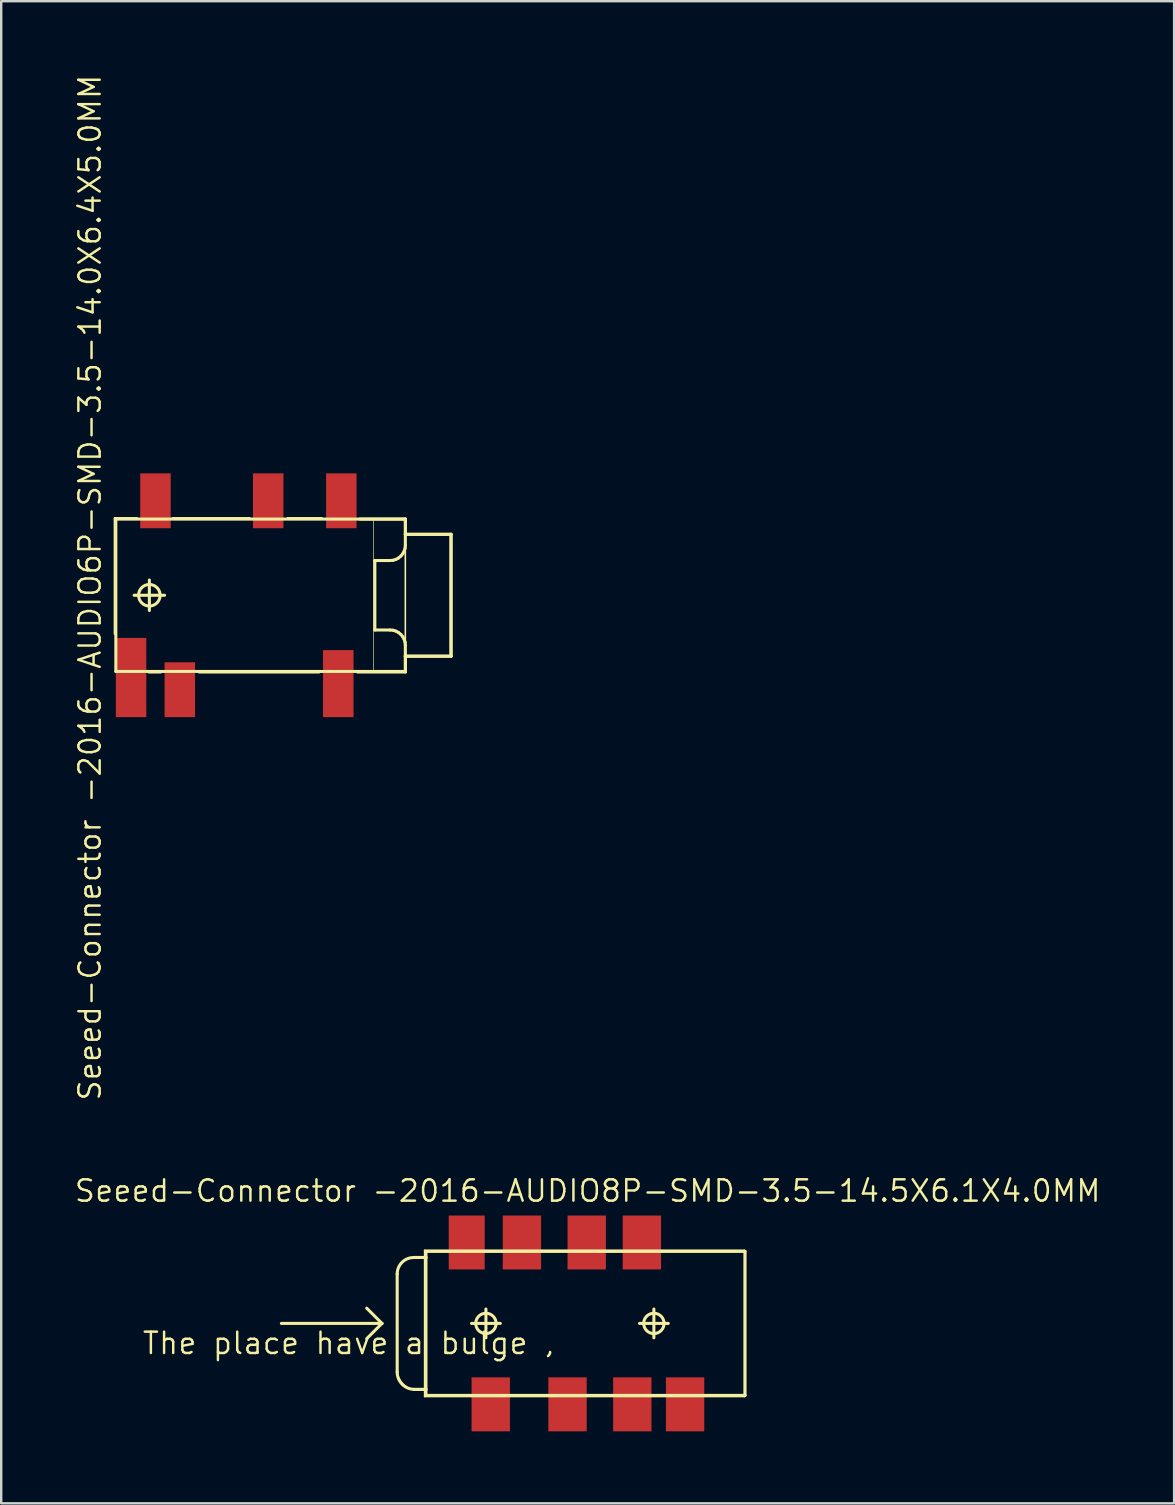
<source format=kicad_pcb>
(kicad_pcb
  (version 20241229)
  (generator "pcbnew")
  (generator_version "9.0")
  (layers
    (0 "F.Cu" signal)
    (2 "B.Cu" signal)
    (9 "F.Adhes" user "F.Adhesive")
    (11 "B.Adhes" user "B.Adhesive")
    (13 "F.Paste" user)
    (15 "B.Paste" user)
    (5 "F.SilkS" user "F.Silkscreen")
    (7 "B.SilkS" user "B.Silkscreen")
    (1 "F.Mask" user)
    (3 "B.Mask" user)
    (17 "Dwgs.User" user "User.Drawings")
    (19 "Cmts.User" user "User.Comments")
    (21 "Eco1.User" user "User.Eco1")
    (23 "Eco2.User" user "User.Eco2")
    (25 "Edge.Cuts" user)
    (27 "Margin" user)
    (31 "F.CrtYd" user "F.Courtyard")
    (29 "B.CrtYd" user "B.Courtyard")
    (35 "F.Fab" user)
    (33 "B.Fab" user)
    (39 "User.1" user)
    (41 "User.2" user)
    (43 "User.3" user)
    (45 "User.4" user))
  (footprint "Seeed-Connector -2016-AUDIO8P-SMD-3.5-14.5X6.1X4.0MM"
    (layer "F.Cu")
    (at 13.504 52.107)
    (property "Reference" "Seeed-Connector -2016-AUDIO8P-SMD-3.5-14.5X6.1X4.0MM" (at 7.938 -5.524 0) (layer "F.SilkS") (effects (font (size 0.889 0.889) (thickness 0.102))))
    (attr smd)
    (fp_line (start -4.826 0) (end -0.635 0) (stroke (width 0.127) (type solid)) (layer "F.SilkS"))
    (fp_line (start -0.635 0) (end -1.27 -0.635) (stroke (width 0.127) (type solid)) (layer "F.SilkS"))
    (fp_line (start -0.635 0) (end -1.27 0.635) (stroke (width 0.127) (type solid)) (layer "F.SilkS"))
    (fp_line (start 0 -2.06) (end 0 2.029) (stroke (width 0.127) (type solid)) (layer "F.SilkS"))
    (fp_line (start 0 -2.042) (end 0 1.941) (stroke (width 0.025) (type solid)) (layer "F.SilkS"))
    (fp_line (start 0 -2.019) (end 0 1.867) (stroke (width 0.025) (type solid)) (layer "F.SilkS"))
    (fp_line (start 0 1.941) (end 0.015 2.108) (stroke (width 0.025) (type solid)) (layer "F.SilkS"))
    (fp_line (start 0.013 -2.177) (end 0 -2.042) (stroke (width 0.025) (type solid)) (layer "F.SilkS"))
    (fp_line (start 0.015 2.108) (end 0.064 2.266) (stroke (width 0.025) (type solid)) (layer "F.SilkS"))
    (fp_line (start 0.051 -2.306) (end 0.013 -2.177) (stroke (width 0.025) (type solid)) (layer "F.SilkS"))
    (fp_line (start 0.064 2.266) (end 0.142 2.413) (stroke (width 0.025) (type solid)) (layer "F.SilkS"))
    (fp_line (start 0.114 -2.423) (end 0.051 -2.306) (stroke (width 0.025) (type solid)) (layer "F.SilkS"))
    (fp_line (start 0.142 2.413) (end 0.249 2.543) (stroke (width 0.025) (type solid)) (layer "F.SilkS"))
    (fp_line (start 0.201 -2.527) (end 0.114 -2.423) (stroke (width 0.025) (type solid)) (layer "F.SilkS"))
    (fp_line (start 0.249 2.543) (end 0.378 2.649) (stroke (width 0.025) (type solid)) (layer "F.SilkS"))
    (fp_line (start 0.305 -2.614) (end 0.201 -2.527) (stroke (width 0.025) (type solid)) (layer "F.SilkS"))
    (fp_line (start 0.378 2.649) (end 0.526 2.728) (stroke (width 0.025) (type solid)) (layer "F.SilkS"))
    (fp_line (start 0.422 -2.677) (end 0.305 -2.614) (stroke (width 0.025) (type solid)) (layer "F.SilkS"))
    (fp_line (start 0.526 2.728) (end 0.683 2.776) (stroke (width 0.025) (type solid)) (layer "F.SilkS"))
    (fp_line (start 0.551 -2.715) (end 0.422 -2.677) (stroke (width 0.025) (type solid)) (layer "F.SilkS"))
    (fp_line (start 0.683 2.776) (end 0.851 2.794) (stroke (width 0.025) (type solid)) (layer "F.SilkS"))
    (fp_line (start 0.686 -2.748) (end 1.199 -2.748) (stroke (width 0.127) (type solid)) (layer "F.SilkS"))
    (fp_line (start 0.686 -2.731) (end 0.551 -2.715) (stroke (width 0.025) (type solid)) (layer "F.SilkS"))
    (fp_line (start 0.719 2.748) (end 1.199 2.748) (stroke (width 0.127) (type solid)) (layer "F.SilkS"))
    (fp_line (start 0.851 2.794) (end 1.206 2.794) (stroke (width 0.025) (type solid)) (layer "F.SilkS"))
    (fp_line (start 0.925 2.794) (end 1.206 2.794) (stroke (width 0.025) (type solid)) (layer "F.SilkS"))
    (fp_line (start 1.143 -3.048) (end 14.475 -3.048) (stroke (width 0.066) (type solid)) (layer "F.SilkS"))
    (fp_line (start 1.143 3.048) (end 1.143 -3.048) (stroke (width 0.066) (type solid)) (layer "F.SilkS"))
    (fp_line (start 1.143 3.048) (end 14.475 3.048) (stroke (width 0.066) (type solid)) (layer "F.SilkS"))
    (fp_line (start 1.199 -3) (end 14.498 -3) (stroke (width 0.127) (type solid)) (layer "F.SilkS"))
    (fp_line (start 1.199 -2.748) (end 1.199 -3) (stroke (width 0.127) (type solid)) (layer "F.SilkS"))
    (fp_line (start 1.199 -2.748) (end 1.199 2.748) (stroke (width 0.127) (type solid)) (layer "F.SilkS"))
    (fp_line (start 1.199 2.748) (end 1.199 3) (stroke (width 0.127) (type solid)) (layer "F.SilkS"))
    (fp_line (start 1.199 3) (end 14.498 3) (stroke (width 0.127) (type solid)) (layer "F.SilkS"))
    (fp_line (start 1.206 -2.731) (end 0.686 -2.731) (stroke (width 0.025) (type solid)) (layer "F.SilkS"))
    (fp_line (start 1.206 -2.731) (end 0.709 -2.731) (stroke (width 0.025) (type solid)) (layer "F.SilkS"))
    (fp_line (start 1.206 2.794) (end 1.206 -2.731) (stroke (width 0.025) (type solid)) (layer "F.SilkS"))
    (fp_line (start 1.206 2.794) (end 1.206 -2.731) (stroke (width 0.025) (type solid)) (layer "F.SilkS"))
    (fp_line (start 3.099 0) (end 4.298 0) (stroke (width 0.127) (type solid)) (layer "F.SilkS"))
    (fp_line (start 3.698 0.599) (end 3.698 -0.599) (stroke (width 0.127) (type solid)) (layer "F.SilkS"))
    (fp_line (start 10.099 0) (end 11.298 0) (stroke (width 0.127) (type solid)) (layer "F.SilkS"))
    (fp_line (start 10.698 0.599) (end 10.698 -0.599) (stroke (width 0.127) (type solid)) (layer "F.SilkS"))
    (fp_line (start 14.475 3.048) (end 14.475 -3.048) (stroke (width 0.066) (type solid)) (layer "F.SilkS"))
    (fp_line (start 14.498 -3) (end 14.498 3) (stroke (width 0.127) (type solid)) (layer "F.SilkS"))
    (fp_arc (start 0 -2.05994) (mid 0.200866 -2.544874) (end 0.6858 -2.74574) (stroke (width 0.127) (type solid)) (layer "F.SilkS"))
    (fp_arc (start 0 -2.0193) (mid 0.207562 -2.520398) (end 0.70866 -2.72796) (stroke (width 0.0254) (type solid)) (layer "F.SilkS"))
    (fp_arc (start 0.71882 2.74828) (mid 0.210538 2.537742) (end 0 2.02946) (stroke (width 0.127) (type solid)) (layer "F.SilkS"))
    (fp_arc (start 0.92456 2.794) (mid 0.269001 2.522459) (end -0.00254 1.8669) (stroke (width 0.0254) (type solid)) (layer "F.SilkS"))
    (fp_circle (center 3.698 0) (end 3.998 0.3) (stroke (width 0.127) (type solid)) (fill no) (layer "F.SilkS"))
    (fp_circle (center 10.698 0) (end 10.998 0.3) (stroke (width 0.127) (type solid)) (fill no) (layer "F.SilkS"))
    (fp_text user "The place have a bulge ,\n" (at -2.032 0.826 0) (layer "F.SilkS") (effects (font (size 0.889 0.889) (thickness 0.102))))
    (pad "1" smd rect (at 3.899 3.373 90) (size 2.248 1.598) (layers "F.Cu" "F.Mask" "F.Paste"))
    (pad "2" smd rect (at 7.099 3.373 90) (size 2.248 1.598) (layers "F.Cu" "F.Mask" "F.Paste"))
    (pad "3" smd rect (at 9.799 3.373 90) (size 2.248 1.598) (layers "F.Cu" "F.Mask" "F.Paste"))
    (pad "4" smd rect (at 10.198 -3.373 90) (size 2.248 1.598) (layers "F.Cu" "F.Mask" "F.Paste"))
    (pad "5" smd rect (at 2.898 -3.373 90) (size 2.248 1.499) (layers "F.Cu" "F.Mask" "F.Paste"))
    (pad "6" smd rect (at 5.199 -3.373 90) (size 2.248 1.598) (layers "F.Cu" "F.Mask" "F.Paste"))
    (pad "7" smd rect (at 7.899 -3.373 90) (size 2.248 1.598) (layers "F.Cu" "F.Mask" "F.Paste"))
    (pad "8" smd rect (at 11.999 3.373 90) (size 2.248 1.598) (layers "F.Cu" "F.Mask" "F.Paste")))
  (footprint "Seeed-Connector -2016-AUDIO6P-SMD-3.5-14.0X6.4X5.0MM"
    (layer "F.Cu")
    (at 15.748 21.759)
    (property "Reference" "Seeed-Connector -2016-AUDIO6P-SMD-3.5-14.0X6.4X5.0MM" (at -15.05 -0.318 90) (layer "F.SilkS") (effects (font (size 0.889 0.889) (thickness 0.102))))
    (attr smd)
    (fp_line (start -13.998 -3.198) (end -13.998 1.598) (stroke (width 0.127) (type solid)) (layer "F.SilkS"))
    (fp_line (start -13.97 -3.175) (end -13.97 3.175) (stroke (width 0.127) (type solid)) (layer "F.SilkS"))
    (fp_line (start -13.97 -3.175) (end -1.905 -3.175) (stroke (width 0.066) (type solid)) (layer "F.SilkS"))
    (fp_line (start -13.97 3.175) (end -13.97 -3.175) (stroke (width 0.066) (type solid)) (layer "F.SilkS"))
    (fp_line (start -13.97 3.175) (end -1.905 3.175) (stroke (width 0.066) (type solid)) (layer "F.SilkS"))
    (fp_line (start -13.97 3.175) (end -1.905 3.175) (stroke (width 0.127) (type solid)) (layer "F.SilkS"))
    (fp_line (start -13.208 0) (end -11.938 0) (stroke (width 0.127) (type solid)) (layer "F.SilkS"))
    (fp_line (start -13.099 -3.198) (end -13.998 -3.198) (stroke (width 0.127) (type solid)) (layer "F.SilkS"))
    (fp_line (start -12.598 3.198) (end -12.098 3.198) (stroke (width 0.127) (type solid)) (layer "F.SilkS"))
    (fp_line (start -12.573 0.635) (end -12.573 -0.635) (stroke (width 0.127) (type solid)) (layer "F.SilkS"))
    (fp_line (start -10.498 3.198) (end -5.499 3.198) (stroke (width 0.127) (type solid)) (layer "F.SilkS"))
    (fp_line (start -8.4 -3.198) (end -11.598 -3.198) (stroke (width 0.127) (type solid)) (layer "F.SilkS"))
    (fp_line (start -5.397 -3.198) (end -6.8 -3.198) (stroke (width 0.127) (type solid)) (layer "F.SilkS"))
    (fp_line (start -3.899 3.198) (end -1.9 3.198) (stroke (width 0.127) (type solid)) (layer "F.SilkS"))
    (fp_line (start -3.239 3.175) (end -3.239 -3.175) (stroke (width 0.025) (type solid)) (layer "F.SilkS"))
    (fp_line (start -3.175 -1.448) (end -2.54 -1.448) (stroke (width 0.127) (type solid)) (layer "F.SilkS"))
    (fp_line (start -3.175 1.448) (end -3.175 -1.448) (stroke (width 0.127) (type solid)) (layer "F.SilkS"))
    (fp_line (start -2.54 -1.448) (end -2.416 -1.458) (stroke (width 0.127) (type solid)) (layer "F.SilkS"))
    (fp_line (start -2.54 1.448) (end -3.175 1.448) (stroke (width 0.127) (type solid)) (layer "F.SilkS"))
    (fp_line (start -2.416 -1.458) (end -2.296 -1.496) (stroke (width 0.127) (type solid)) (layer "F.SilkS"))
    (fp_line (start -2.416 1.458) (end -2.54 1.448) (stroke (width 0.127) (type solid)) (layer "F.SilkS"))
    (fp_line (start -2.296 -1.496) (end -2.187 -1.554) (stroke (width 0.127) (type solid)) (layer "F.SilkS"))
    (fp_line (start -2.296 1.496) (end -2.416 1.458) (stroke (width 0.127) (type solid)) (layer "F.SilkS"))
    (fp_line (start -2.187 -1.554) (end -2.09 -1.633) (stroke (width 0.127) (type solid)) (layer "F.SilkS"))
    (fp_line (start -2.187 1.554) (end -2.296 1.496) (stroke (width 0.127) (type solid)) (layer "F.SilkS"))
    (fp_line (start -2.09 -1.633) (end -2.012 -1.73) (stroke (width 0.127) (type solid)) (layer "F.SilkS"))
    (fp_line (start -2.09 1.633) (end -2.187 1.554) (stroke (width 0.127) (type solid)) (layer "F.SilkS"))
    (fp_line (start -2.012 -1.73) (end -1.953 -1.839) (stroke (width 0.127) (type solid)) (layer "F.SilkS"))
    (fp_line (start -2.012 1.73) (end -2.09 1.633) (stroke (width 0.127) (type solid)) (layer "F.SilkS"))
    (fp_line (start -1.953 -1.839) (end -1.915 -1.958) (stroke (width 0.127) (type solid)) (layer "F.SilkS"))
    (fp_line (start -1.953 1.839) (end -2.012 1.73) (stroke (width 0.127) (type solid)) (layer "F.SilkS"))
    (fp_line (start -1.915 -1.958) (end -1.905 -2.083) (stroke (width 0.127) (type solid)) (layer "F.SilkS"))
    (fp_line (start -1.915 1.958) (end -1.953 1.839) (stroke (width 0.127) (type solid)) (layer "F.SilkS"))
    (fp_line (start -1.905 -3.175) (end -13.97 -3.175) (stroke (width 0.127) (type solid)) (layer "F.SilkS"))
    (fp_line (start -1.905 -2.54) (end -1.905 -3.175) (stroke (width 0.127) (type solid)) (layer "F.SilkS"))
    (fp_line (start -1.905 -2.54) (end 0 -2.54) (stroke (width 0.127) (type solid)) (layer "F.SilkS"))
    (fp_line (start -1.905 -2.083) (end -1.905 -2.54) (stroke (width 0.127) (type solid)) (layer "F.SilkS"))
    (fp_line (start -1.905 2.083) (end -1.915 1.958) (stroke (width 0.127) (type solid)) (layer "F.SilkS"))
    (fp_line (start -1.905 2.54) (end -1.905 2.083) (stroke (width 0.127) (type solid)) (layer "F.SilkS"))
    (fp_line (start -1.905 2.54) (end 0 2.54) (stroke (width 0.127) (type solid)) (layer "F.SilkS"))
    (fp_line (start -1.905 3.175) (end -1.905 -3.175) (stroke (width 0.066) (type solid)) (layer "F.SilkS"))
    (fp_line (start -1.905 3.175) (end -1.905 2.54) (stroke (width 0.127) (type solid)) (layer "F.SilkS"))
    (fp_line (start -1.9 -3.175) (end -3.8 -3.175) (stroke (width 0.127) (type solid)) (layer "F.SilkS"))
    (fp_line (start -1.9 -2.598) (end -1.9 -3.175) (stroke (width 0.127) (type solid)) (layer "F.SilkS"))
    (fp_line (start -1.9 3.198) (end -1.9 2.499) (stroke (width 0.127) (type solid)) (layer "F.SilkS"))
    (fp_line (start 0 -2.54) (end -1.905 -2.54) (stroke (width 0.127) (type solid)) (layer "F.SilkS"))
    (fp_line (start 0 -2.54) (end 0 2.54) (stroke (width 0.127) (type solid)) (layer "F.SilkS"))
    (fp_line (start 0 2.54) (end -1.905 2.54) (stroke (width 0.127) (type solid)) (layer "F.SilkS"))
    (fp_line (start 0 2.54) (end 0 -2.54) (stroke (width 0.127) (type solid)) (layer "F.SilkS"))
    (fp_circle (center -12.573 0) (end -12.89 0.318) (stroke (width 0.127) (type solid)) (fill no) (layer "F.SilkS"))
    (pad "COM1" smd rect (at -4.572 -3.937 90) (size 2.286 1.27) (layers "F.Cu" "F.Mask" "F.Paste"))
    (pad "COM2" smd rect (at -4.699 3.683 90) (size 2.794 1.27) (layers "F.Cu" "F.Mask" "F.Paste"))
    (pad "L" smd rect (at -11.303 3.937 90) (size 2.286 1.27) (layers "F.Cu" "F.Mask" "F.Paste"))
    (pad "LS" smd rect (at -13.335 3.429 90) (size 3.302 1.27) (layers "F.Cu" "F.Mask" "F.Paste"))
    (pad "R" smd rect (at -7.62 -3.937 90) (size 2.286 1.27) (layers "F.Cu" "F.Mask" "F.Paste"))
    (pad "RS" smd rect (at -12.319 -3.937 90) (size 2.286 1.27) (layers "F.Cu" "F.Mask" "F.Paste")))
  (gr_rect
    (start -3 -3)
    (end 45.884 59.604)
    (stroke (width 0.1) (type default))
    (fill no)
    (layer "Edge.Cuts")))
</source>
